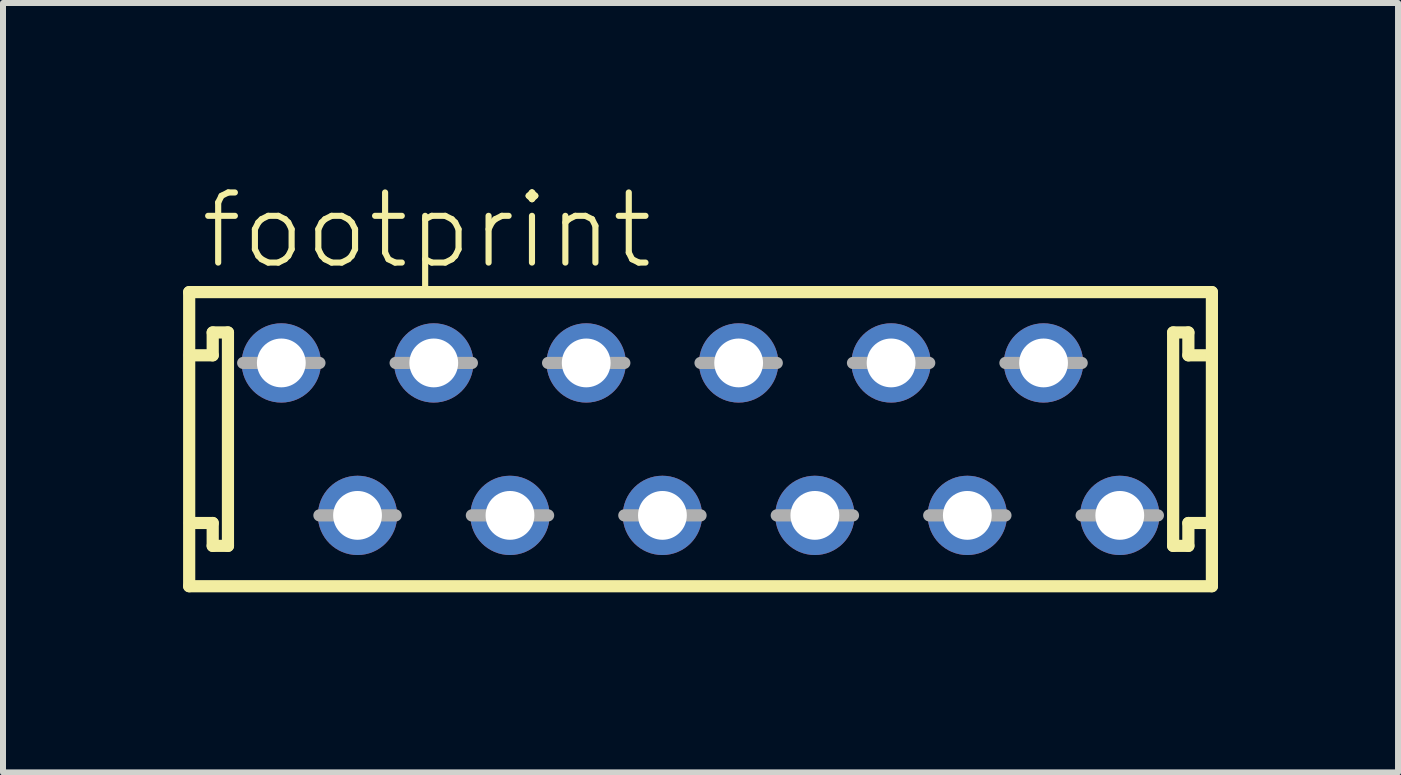
<source format=kicad_pcb>
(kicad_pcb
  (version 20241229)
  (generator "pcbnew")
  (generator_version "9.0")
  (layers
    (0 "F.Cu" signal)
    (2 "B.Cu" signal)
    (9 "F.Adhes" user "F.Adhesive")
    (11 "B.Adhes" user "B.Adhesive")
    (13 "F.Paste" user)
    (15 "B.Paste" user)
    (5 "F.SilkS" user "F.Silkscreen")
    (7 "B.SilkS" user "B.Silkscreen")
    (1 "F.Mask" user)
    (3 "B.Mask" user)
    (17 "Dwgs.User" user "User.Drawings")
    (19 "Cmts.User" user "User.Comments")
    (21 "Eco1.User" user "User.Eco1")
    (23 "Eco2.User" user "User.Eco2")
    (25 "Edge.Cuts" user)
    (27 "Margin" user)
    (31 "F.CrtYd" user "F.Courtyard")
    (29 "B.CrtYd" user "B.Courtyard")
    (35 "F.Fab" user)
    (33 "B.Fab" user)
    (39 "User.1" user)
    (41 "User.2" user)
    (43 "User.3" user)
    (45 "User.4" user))
  (footprint "footprint"
    (layer "F.Cu")
    (at 8.622 4.267)
    (property "Reference" "footprint" (at -8.382 -2.794 0) (layer "F.SilkS") (effects (font (size 1.168 1.168) (thickness 0.102)) (justify left bottom)))
    (fp_line (start -8.52 -2.45) (end 8.52 -2.45) (stroke (width 0.203) (type solid)) (layer "F.SilkS"))
    (fp_line (start -8.52 2.45) (end -8.52 -2.45) (stroke (width 0.203) (type solid)) (layer "F.SilkS"))
    (fp_line (start -8.128 -1.778) (end -8.128 -1.397) (stroke (width 0.203) (type solid)) (layer "F.SilkS"))
    (fp_line (start -8.128 -1.397) (end -8.509 -1.397) (stroke (width 0.203) (type solid)) (layer "F.SilkS"))
    (fp_line (start -8.128 1.397) (end -8.509 1.397) (stroke (width 0.203) (type solid)) (layer "F.SilkS"))
    (fp_line (start -8.128 1.778) (end -8.128 1.397) (stroke (width 0.203) (type solid)) (layer "F.SilkS"))
    (fp_line (start -7.874 -1.778) (end -8.128 -1.778) (stroke (width 0.203) (type solid)) (layer "F.SilkS"))
    (fp_line (start -7.874 1.778) (end -8.128 1.778) (stroke (width 0.203) (type solid)) (layer "F.SilkS"))
    (fp_line (start -7.874 1.778) (end -7.874 -1.778) (stroke (width 0.203) (type solid)) (layer "F.SilkS"))
    (fp_line (start 7.874 -1.778) (end 7.874 1.778) (stroke (width 0.203) (type solid)) (layer "F.SilkS"))
    (fp_line (start 7.874 -1.778) (end 8.128 -1.778) (stroke (width 0.203) (type solid)) (layer "F.SilkS"))
    (fp_line (start 7.874 1.778) (end 8.128 1.778) (stroke (width 0.203) (type solid)) (layer "F.SilkS"))
    (fp_line (start 8.128 -1.778) (end 8.128 -1.397) (stroke (width 0.203) (type solid)) (layer "F.SilkS"))
    (fp_line (start 8.128 -1.397) (end 8.509 -1.397) (stroke (width 0.203) (type solid)) (layer "F.SilkS"))
    (fp_line (start 8.128 1.397) (end 8.509 1.397) (stroke (width 0.203) (type solid)) (layer "F.SilkS"))
    (fp_line (start 8.128 1.778) (end 8.128 1.397) (stroke (width 0.203) (type solid)) (layer "F.SilkS"))
    (fp_line (start 8.52 -2.45) (end 8.52 2.45) (stroke (width 0.203) (type solid)) (layer "F.SilkS"))
    (fp_line (start 8.52 2.45) (end -8.52 2.45) (stroke (width 0.203) (type solid)) (layer "F.SilkS"))
    (fp_line (start -7.62 -1.27) (end -6.35 -1.27) (stroke (width 0.203) (type solid)) (layer "F.Fab"))
    (fp_line (start -6.35 1.27) (end -5.08 1.27) (stroke (width 0.203) (type solid)) (layer "F.Fab"))
    (fp_line (start -5.08 -1.27) (end -3.81 -1.27) (stroke (width 0.203) (type solid)) (layer "F.Fab"))
    (fp_line (start -3.81 1.27) (end -2.54 1.27) (stroke (width 0.203) (type solid)) (layer "F.Fab"))
    (fp_line (start -2.54 -1.27) (end -1.27 -1.27) (stroke (width 0.203) (type solid)) (layer "F.Fab"))
    (fp_line (start -1.27 1.27) (end 0 1.27) (stroke (width 0.203) (type solid)) (layer "F.Fab"))
    (fp_line (start 0 -1.27) (end 1.27 -1.27) (stroke (width 0.203) (type solid)) (layer "F.Fab"))
    (fp_line (start 1.27 1.27) (end 2.54 1.27) (stroke (width 0.203) (type solid)) (layer "F.Fab"))
    (fp_line (start 2.54 -1.27) (end 3.81 -1.27) (stroke (width 0.203) (type solid)) (layer "F.Fab"))
    (fp_line (start 3.81 1.27) (end 5.08 1.27) (stroke (width 0.203) (type solid)) (layer "F.Fab"))
    (fp_line (start 5.08 -1.27) (end 6.35 -1.27) (stroke (width 0.203) (type solid)) (layer "F.Fab"))
    (fp_line (start 6.35 1.27) (end 7.62 1.27) (stroke (width 0.203) (type solid)) (layer "F.Fab"))
    (pad "1" thru_hole circle (at -6.985 -1.27) (size 1.321 1.321) (drill 0.813) (layers "*.Cu" "*.Mask"))
    (pad "2" thru_hole circle (at -5.715 1.27) (size 1.321 1.321) (drill 0.813) (layers "*.Cu" "*.Mask"))
    (pad "3" thru_hole circle (at -4.445 -1.27) (size 1.321 1.321) (drill 0.813) (layers "*.Cu" "*.Mask"))
    (pad "4" thru_hole circle (at -3.175 1.27) (size 1.321 1.321) (drill 0.813) (layers "*.Cu" "*.Mask"))
    (pad "5" thru_hole circle (at -1.905 -1.27) (size 1.321 1.321) (drill 0.813) (layers "*.Cu" "*.Mask"))
    (pad "6" thru_hole circle (at -0.635 1.27) (size 1.321 1.321) (drill 0.813) (layers "*.Cu" "*.Mask"))
    (pad "7" thru_hole circle (at 0.635 -1.27) (size 1.321 1.321) (drill 0.813) (layers "*.Cu" "*.Mask"))
    (pad "8" thru_hole circle (at 1.905 1.27) (size 1.321 1.321) (drill 0.813) (layers "*.Cu" "*.Mask"))
    (pad "9" thru_hole circle (at 3.175 -1.27) (size 1.321 1.321) (drill 0.813) (layers "*.Cu" "*.Mask"))
    (pad "10" thru_hole circle (at 4.445 1.27) (size 1.321 1.321) (drill 0.813) (layers "*.Cu" "*.Mask"))
    (pad "11" thru_hole circle (at 5.715 -1.27) (size 1.321 1.321) (drill 0.813) (layers "*.Cu" "*.Mask"))
    (pad "12" thru_hole circle (at 6.985 1.27) (size 1.321 1.321) (drill 0.813) (layers "*.Cu" "*.Mask")))
  (gr_rect
    (start -3 -3)
    (end 20.243 9.819)
    (stroke (width 0.1) (type default))
    (fill no)
    (layer "Edge.Cuts")))
</source>
